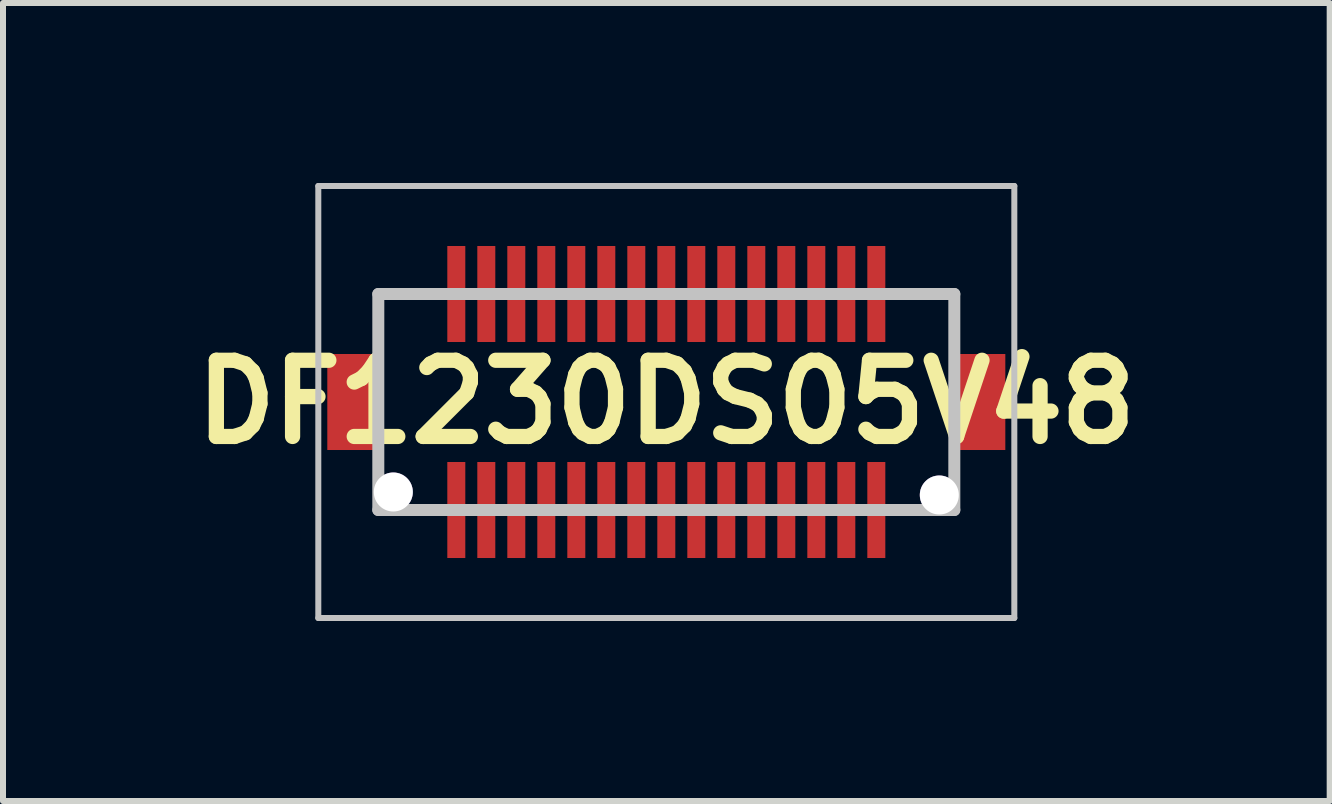
<source format=kicad_pcb>
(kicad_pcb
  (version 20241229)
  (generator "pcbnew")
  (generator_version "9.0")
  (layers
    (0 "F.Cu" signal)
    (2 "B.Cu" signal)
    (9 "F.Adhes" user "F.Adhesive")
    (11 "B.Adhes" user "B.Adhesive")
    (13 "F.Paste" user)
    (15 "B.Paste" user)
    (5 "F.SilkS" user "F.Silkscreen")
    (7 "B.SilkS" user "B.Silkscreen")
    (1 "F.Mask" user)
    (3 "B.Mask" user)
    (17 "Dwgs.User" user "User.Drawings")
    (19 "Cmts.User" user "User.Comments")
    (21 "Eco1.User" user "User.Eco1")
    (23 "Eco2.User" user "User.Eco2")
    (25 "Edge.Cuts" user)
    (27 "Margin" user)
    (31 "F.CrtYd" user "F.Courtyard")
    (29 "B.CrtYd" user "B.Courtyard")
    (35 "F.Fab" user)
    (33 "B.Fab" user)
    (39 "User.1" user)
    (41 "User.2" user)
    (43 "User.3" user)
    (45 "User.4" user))
  (footprint "DF1230DS05V48"
    (layer "F.Cu")
    (at 8.055 3.65)
    (property "Reference" "DF1230DS05V48" (at 0 0 0) (layer "F.SilkS") (effects (font (size 1.27 1.27) (thickness 0.254))))
    (attr smd)
    (fp_line (start -4.8 -1.8) (end -4.8 1.8) (stroke (width 0.1) (type solid)) (layer "F.SilkS"))
    (fp_line (start -4.8 1.8) (end -4 1.8) (stroke (width 0.1) (type solid)) (layer "F.SilkS"))
    (fp_line (start -4 -1.8) (end -4.8 -1.8) (stroke (width 0.1) (type solid)) (layer "F.SilkS"))
    (fp_line (start 4 -1.8) (end 4.8 -1.8) (stroke (width 0.1) (type solid)) (layer "F.SilkS"))
    (fp_line (start 4.8 -1.8) (end 4.8 1.8) (stroke (width 0.1) (type solid)) (layer "F.SilkS"))
    (fp_line (start 4.8 1.8) (end 4 1.8) (stroke (width 0.1) (type solid)) (layer "F.SilkS"))
    (fp_line (start -5.8 -3.6) (end 5.8 -3.6) (stroke (width 0.1) (type solid)) (layer "Dwgs.User"))
    (fp_line (start -5.8 3.6) (end -5.8 -3.6) (stroke (width 0.1) (type solid)) (layer "Dwgs.User"))
    (fp_line (start -4.8 -1.8) (end 4.8 -1.8) (stroke (width 0.2) (type solid)) (layer "Dwgs.User"))
    (fp_line (start -4.8 1.8) (end -4.8 -1.8) (stroke (width 0.2) (type solid)) (layer "Dwgs.User"))
    (fp_line (start 4.8 -1.8) (end 4.8 1.8) (stroke (width 0.2) (type solid)) (layer "Dwgs.User"))
    (fp_line (start 4.8 1.8) (end -4.8 1.8) (stroke (width 0.2) (type solid)) (layer "Dwgs.User"))
    (fp_line (start 5.8 -3.6) (end 5.8 3.6) (stroke (width 0.1) (type solid)) (layer "Dwgs.User"))
    (fp_line (start 5.8 3.6) (end -5.8 3.6) (stroke (width 0.1) (type solid)) (layer "Dwgs.User"))
    (pad "1" smd rect (at -3.5 1.8) (size 0.3 1.6) (layers "F.Cu" "F.Mask" "F.Paste"))
    (pad "2" smd rect (at -3.5 -1.8) (size 0.3 1.6) (layers "F.Cu" "F.Mask" "F.Paste"))
    (pad "3" smd rect (at -3 1.8) (size 0.3 1.6) (layers "F.Cu" "F.Mask" "F.Paste"))
    (pad "4" smd rect (at -3 -1.8) (size 0.3 1.6) (layers "F.Cu" "F.Mask" "F.Paste"))
    (pad "5" smd rect (at -2.5 1.8) (size 0.3 1.6) (layers "F.Cu" "F.Mask" "F.Paste"))
    (pad "6" smd rect (at -2.5 -1.8) (size 0.3 1.6) (layers "F.Cu" "F.Mask" "F.Paste"))
    (pad "7" smd rect (at -2 1.8) (size 0.3 1.6) (layers "F.Cu" "F.Mask" "F.Paste"))
    (pad "8" smd rect (at -2 -1.8) (size 0.3 1.6) (layers "F.Cu" "F.Mask" "F.Paste"))
    (pad "9" smd rect (at -1.5 1.8) (size 0.3 1.6) (layers "F.Cu" "F.Mask" "F.Paste"))
    (pad "10" smd rect (at -1.5 -1.8) (size 0.3 1.6) (layers "F.Cu" "F.Mask" "F.Paste"))
    (pad "11" smd rect (at -1 1.8) (size 0.3 1.6) (layers "F.Cu" "F.Mask" "F.Paste"))
    (pad "12" smd rect (at -1 -1.8) (size 0.3 1.6) (layers "F.Cu" "F.Mask" "F.Paste"))
    (pad "13" smd rect (at -0.5 1.8) (size 0.3 1.6) (layers "F.Cu" "F.Mask" "F.Paste"))
    (pad "14" smd rect (at -0.5 -1.8) (size 0.3 1.6) (layers "F.Cu" "F.Mask" "F.Paste"))
    (pad "15" smd rect (at 0 1.8) (size 0.3 1.6) (layers "F.Cu" "F.Mask" "F.Paste"))
    (pad "16" smd rect (at 0 -1.8) (size 0.3 1.6) (layers "F.Cu" "F.Mask" "F.Paste"))
    (pad "17" smd rect (at 0.5 1.8) (size 0.3 1.6) (layers "F.Cu" "F.Mask" "F.Paste"))
    (pad "18" smd rect (at 0.5 -1.8) (size 0.3 1.6) (layers "F.Cu" "F.Mask" "F.Paste"))
    (pad "19" smd rect (at 1 1.8) (size 0.3 1.6) (layers "F.Cu" "F.Mask" "F.Paste"))
    (pad "20" smd rect (at 1 -1.8) (size 0.3 1.6) (layers "F.Cu" "F.Mask" "F.Paste"))
    (pad "21" smd rect (at 1.5 1.8) (size 0.3 1.6) (layers "F.Cu" "F.Mask" "F.Paste"))
    (pad "22" smd rect (at 1.5 -1.8) (size 0.3 1.6) (layers "F.Cu" "F.Mask" "F.Paste"))
    (pad "23" smd rect (at 2 1.8) (size 0.3 1.6) (layers "F.Cu" "F.Mask" "F.Paste"))
    (pad "24" smd rect (at 2 -1.8) (size 0.3 1.6) (layers "F.Cu" "F.Mask" "F.Paste"))
    (pad "25" smd rect (at 2.5 1.8) (size 0.3 1.6) (layers "F.Cu" "F.Mask" "F.Paste"))
    (pad "26" smd rect (at 2.5 -1.8) (size 0.3 1.6) (layers "F.Cu" "F.Mask" "F.Paste"))
    (pad "27" smd rect (at 3 1.8) (size 0.3 1.6) (layers "F.Cu" "F.Mask" "F.Paste"))
    (pad "28" smd rect (at 3 -1.8) (size 0.3 1.6) (layers "F.Cu" "F.Mask" "F.Paste"))
    (pad "29" smd rect (at 3.5 1.8) (size 0.3 1.6) (layers "F.Cu" "F.Mask" "F.Paste"))
    (pad "30" smd rect (at 3.5 -1.8) (size 0.3 1.6) (layers "F.Cu" "F.Mask" "F.Paste"))
    (pad "31" smd rect (at 5.25 0) (size 0.8 1.6) (layers "F.Cu" "F.Mask" "F.Paste"))
    (pad "32" smd rect (at -5.25 0) (size 0.8 1.6) (layers "F.Cu" "F.Mask" "F.Paste"))
    (pad "33" thru_hole circle (at 4.55 1.55) (size 0.65 0.65) (drill 0.65) (layers "*.Cu" "*.Mask"))
    (pad "34" thru_hole circle (at -4.55 1.5) (size 0.65 0.65) (drill 0.65) (layers "*.Cu" "*.Mask")))
  (gr_rect
    (start -3 -3)
    (end 19.111 10.3)
    (stroke (width 0.1) (type default))
    (fill no)
    (layer "Edge.Cuts")))
</source>
